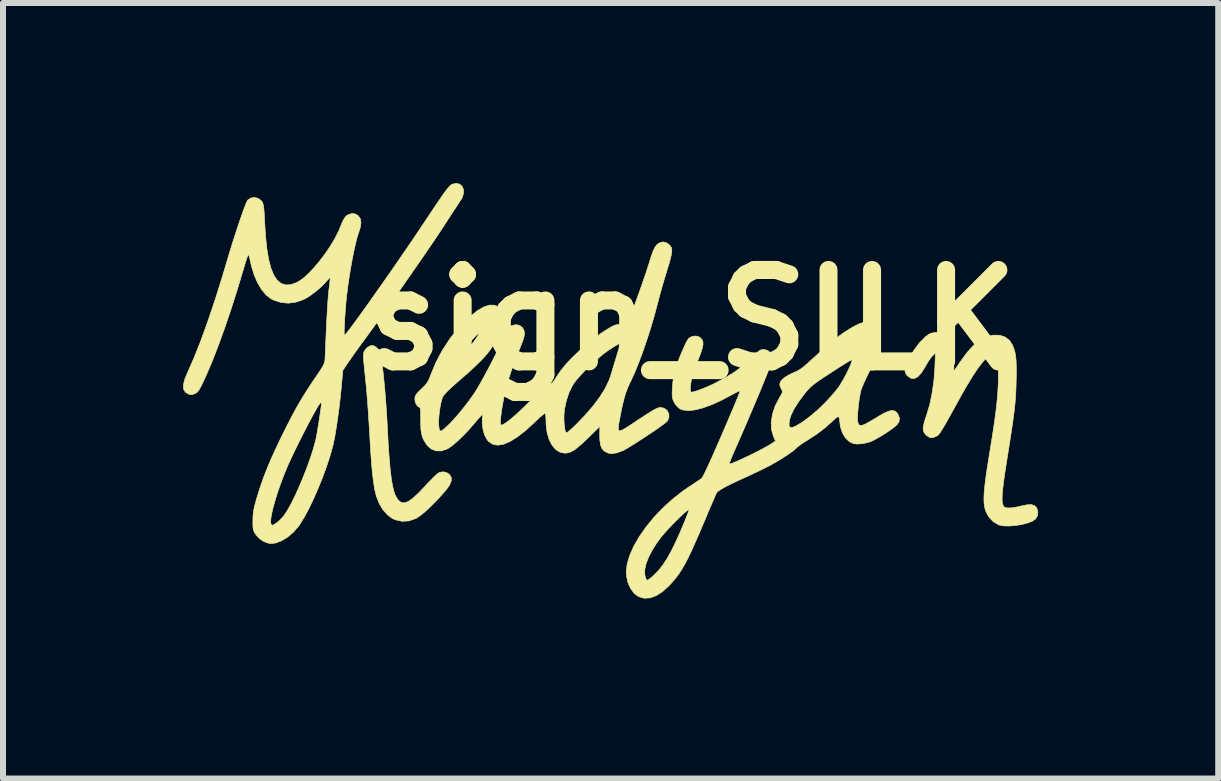
<source format=kicad_pcb>
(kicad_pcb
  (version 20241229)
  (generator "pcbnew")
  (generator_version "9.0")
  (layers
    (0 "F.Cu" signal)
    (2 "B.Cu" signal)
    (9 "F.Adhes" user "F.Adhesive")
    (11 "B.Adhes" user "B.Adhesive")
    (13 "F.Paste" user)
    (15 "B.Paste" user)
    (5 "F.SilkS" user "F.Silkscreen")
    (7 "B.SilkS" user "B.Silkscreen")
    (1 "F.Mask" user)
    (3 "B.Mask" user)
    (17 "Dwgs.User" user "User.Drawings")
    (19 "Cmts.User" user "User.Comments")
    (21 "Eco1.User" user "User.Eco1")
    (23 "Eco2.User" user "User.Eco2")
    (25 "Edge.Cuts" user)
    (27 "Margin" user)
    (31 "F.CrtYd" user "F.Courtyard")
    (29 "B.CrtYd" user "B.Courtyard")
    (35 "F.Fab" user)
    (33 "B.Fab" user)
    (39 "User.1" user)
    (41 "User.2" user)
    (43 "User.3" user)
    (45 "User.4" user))
  (footprint "sign_SILK"
    (layer "F.Cu")
    (at 8.469 2.283)
    (property "Reference" "sign_SILK" (at 0 0 0) (layer "F.SilkS") (effects (font (size 1.524 1.524) (thickness 0.3))))
    (attr through_hole)
    (fp_poly (pts (xy -5.281 0.434) (xy -5.243 0.46) (xy -5.231 0.47) (xy -5.207 0.494) (xy -5.19 0.52) (xy -5.178 0.555) (xy -5.168 0.607) (xy -5.157 0.684) (xy -5.156 0.695) (xy -5.13 0.917) (xy -5.106 1.164) (xy -5.086 1.427) (xy -5.069 1.697) (xy -5.063 1.812) (xy -5.05 2.062) (xy -5.035 2.28) (xy -5.019 2.466) (xy -5.001 2.622) (xy -4.981 2.747) (xy -4.959 2.844) (xy -4.935 2.913) (xy -4.932 2.921) (xy -4.895 2.985) (xy -4.855 3.027) (xy -4.811 3.046) (xy -4.76 3.042) (xy -4.7 3.014) (xy -4.629 2.96) (xy -4.543 2.881) (xy -4.441 2.774) (xy -4.403 2.732) (xy -4.341 2.667) (xy -4.284 2.609) (xy -4.235 2.566) (xy -4.202 2.542) (xy -4.198 2.539) (xy -4.129 2.528) (xy -4.064 2.548) (xy -4.028 2.576) (xy -3.999 2.623) (xy -4 2.681) (xy -4.029 2.751) (xy -4.088 2.833) (xy -4.109 2.858) (xy -4.216 2.977) (xy -4.319 3.083) (xy -4.414 3.174) (xy -4.499 3.245) (xy -4.568 3.294) (xy -4.589 3.306) (xy -4.705 3.347) (xy -4.82 3.353) (xy -4.935 3.327) (xy -4.981 3.306) (xy -5.063 3.246) (xy -5.138 3.16) (xy -5.202 3.053) (xy -5.249 2.932) (xy -5.273 2.835) (xy -5.294 2.706) (xy -5.314 2.545) (xy -5.331 2.354) (xy -5.346 2.134) (xy -5.35 2.066) (xy -5.362 1.848) (xy -5.374 1.659) (xy -5.385 1.493) (xy -5.396 1.344) (xy -5.407 1.207) (xy -5.419 1.077) (xy -5.432 0.949) (xy -5.438 0.89) (xy -5.45 0.778) (xy -5.458 0.693) (xy -5.463 0.632) (xy -5.463 0.588) (xy -5.461 0.557) (xy -5.454 0.533) (xy -5.446 0.513) (xy -5.404 0.46) (xy -5.344 0.428) (xy -5.308 0.423) (xy -5.281 0.434)) (stroke (width 0.01) (type solid)) (fill yes) (layer "F.SilkS"))
    (fp_poly (pts (xy 4.206 0.216) (xy 4.243 0.234) (xy 4.285 0.267) (xy 4.317 0.31) (xy 4.339 0.368) (xy 4.355 0.446) (xy 4.364 0.549) (xy 4.368 0.624) (xy 4.377 0.85) (xy 4.492 0.681) (xy 4.591 0.546) (xy 4.69 0.435) (xy 4.786 0.35) (xy 4.877 0.293) (xy 4.914 0.278) (xy 5.031 0.251) (xy 5.137 0.253) (xy 5.227 0.282) (xy 5.301 0.338) (xy 5.349 0.411) (xy 5.373 0.468) (xy 5.392 0.531) (xy 5.405 0.603) (xy 5.413 0.689) (xy 5.416 0.796) (xy 5.416 0.928) (xy 5.413 1.033) (xy 5.411 1.126) (xy 5.407 1.212) (xy 5.402 1.296) (xy 5.395 1.38) (xy 5.386 1.47) (xy 5.374 1.569) (xy 5.359 1.681) (xy 5.34 1.811) (xy 5.317 1.962) (xy 5.289 2.139) (xy 5.259 2.328) (xy 5.23 2.513) (xy 5.208 2.667) (xy 5.192 2.793) (xy 5.182 2.895) (xy 5.179 2.974) (xy 5.181 3.033) (xy 5.19 3.076) (xy 5.204 3.104) (xy 5.219 3.119) (xy 5.265 3.131) (xy 5.339 3.129) (xy 5.44 3.112) (xy 5.501 3.097) (xy 5.599 3.078) (xy 5.671 3.076) (xy 5.722 3.093) (xy 5.755 3.129) (xy 5.758 3.134) (xy 5.775 3.195) (xy 5.768 3.259) (xy 5.739 3.311) (xy 5.734 3.317) (xy 5.679 3.353) (xy 5.599 3.383) (xy 5.502 3.408) (xy 5.399 3.424) (xy 5.297 3.432) (xy 5.204 3.43) (xy 5.131 3.416) (xy 5.125 3.414) (xy 5.034 3.362) (xy 4.959 3.281) (xy 4.917 3.209) (xy 4.899 3.162) (xy 4.886 3.108) (xy 4.878 3.045) (xy 4.876 2.968) (xy 4.88 2.875) (xy 4.891 2.763) (xy 4.907 2.629) (xy 4.93 2.47) (xy 4.96 2.282) (xy 4.979 2.167) (xy 5.019 1.917) (xy 5.052 1.697) (xy 5.078 1.502) (xy 5.097 1.329) (xy 5.109 1.176) (xy 5.116 1.038) (xy 5.117 0.965) (xy 5.117 0.868) (xy 5.115 0.777) (xy 5.112 0.7) (xy 5.108 0.645) (xy 5.106 0.631) (xy 5.096 0.585) (xy 5.081 0.564) (xy 5.054 0.559) (xy 5.047 0.559) (xy 4.993 0.574) (xy 4.93 0.62) (xy 4.857 0.697) (xy 4.774 0.805) (xy 4.681 0.945) (xy 4.577 1.117) (xy 4.486 1.278) (xy 4.402 1.431) (xy 4.332 1.557) (xy 4.275 1.659) (xy 4.23 1.739) (xy 4.193 1.801) (xy 4.165 1.847) (xy 4.143 1.88) (xy 4.125 1.903) (xy 4.11 1.918) (xy 4.095 1.929) (xy 4.089 1.933) (xy 4.025 1.96) (xy 3.969 1.956) (xy 3.915 1.919) (xy 3.91 1.915) (xy 3.881 1.878) (xy 3.865 1.838) (xy 3.864 1.788) (xy 3.877 1.722) (xy 3.904 1.633) (xy 3.92 1.588) (xy 3.974 1.406) (xy 4.016 1.199) (xy 4.046 0.975) (xy 4.059 0.787) (xy 4.068 0.55) (xy 4.019 0.597) (xy 3.988 0.633) (xy 3.949 0.69) (xy 3.909 0.757) (xy 3.896 0.78) (xy 3.835 0.879) (xy 3.776 0.943) (xy 3.719 0.974) (xy 3.662 0.971) (xy 3.607 0.934) (xy 3.594 0.921) (xy 3.567 0.879) (xy 3.559 0.831) (xy 3.57 0.771) (xy 3.602 0.693) (xy 3.623 0.651) (xy 3.708 0.506) (xy 3.801 0.381) (xy 3.898 0.283) (xy 3.908 0.274) (xy 3.957 0.238) (xy 4.001 0.218) (xy 4.056 0.209) (xy 4.087 0.207) (xy 4.157 0.207) (xy 4.206 0.216)) (stroke (width 0.01) (type solid)) (fill yes) (layer "F.SilkS"))
    (fp_poly (pts (xy -3.861 -2.265) (xy -3.821 -2.23) (xy -3.797 -2.178) (xy -3.795 -2.114) (xy -3.815 -2.044) (xy -3.838 -2.005) (xy -3.861 -1.971) (xy -3.898 -1.914) (xy -3.947 -1.839) (xy -4.004 -1.752) (xy -4.065 -1.658) (xy -4.08 -1.634) (xy -4.157 -1.516) (xy -4.251 -1.375) (xy -4.359 -1.216) (xy -4.478 -1.042) (xy -4.605 -0.859) (xy -4.736 -0.67) (xy -4.868 -0.48) (xy -5 -0.294) (xy -5.126 -0.115) (xy -5.245 0.051) (xy -5.354 0.2) (xy -5.439 0.317) (xy -5.506 0.408) (xy -5.574 0.502) (xy -5.637 0.59) (xy -5.689 0.665) (xy -5.712 0.698) (xy -5.806 0.838) (xy -5.833 1.135) (xy -5.85 1.302) (xy -5.87 1.471) (xy -5.892 1.636) (xy -5.915 1.791) (xy -5.938 1.93) (xy -5.961 2.045) (xy -5.976 2.11) (xy -6.022 2.272) (xy -6.079 2.446) (xy -6.145 2.625) (xy -6.217 2.803) (xy -6.292 2.975) (xy -6.368 3.134) (xy -6.443 3.274) (xy -6.514 3.391) (xy -6.545 3.437) (xy -6.63 3.534) (xy -6.725 3.616) (xy -6.826 3.677) (xy -6.925 3.715) (xy -7.001 3.725) (xy -7.05 3.717) (xy -7.107 3.697) (xy -7.131 3.686) (xy -7.187 3.647) (xy -7.24 3.595) (xy -7.256 3.574) (xy -7.28 3.539) (xy -7.294 3.507) (xy -7.302 3.47) (xy -7.305 3.419) (xy -7.305 3.373) (xy -7.009 3.373) (xy -7.001 3.407) (xy -6.999 3.409) (xy -6.986 3.418) (xy -6.969 3.416) (xy -6.939 3.399) (xy -6.905 3.376) (xy -6.857 3.335) (xy -6.806 3.281) (xy -6.781 3.25) (xy -6.725 3.164) (xy -6.663 3.051) (xy -6.597 2.917) (xy -6.53 2.768) (xy -6.464 2.61) (xy -6.401 2.449) (xy -6.345 2.291) (xy -6.297 2.141) (xy -6.26 2.006) (xy -6.256 1.988) (xy -6.246 1.939) (xy -6.233 1.868) (xy -6.219 1.783) (xy -6.204 1.691) (xy -6.19 1.6) (xy -6.178 1.517) (xy -6.169 1.449) (xy -6.164 1.405) (xy -6.164 1.395) (xy -6.171 1.378) (xy -6.179 1.379) (xy -6.196 1.4) (xy -6.227 1.448) (xy -6.267 1.518) (xy -6.316 1.606) (xy -6.371 1.709) (xy -6.429 1.821) (xy -6.49 1.94) (xy -6.55 2.06) (xy -6.608 2.178) (xy -6.661 2.289) (xy -6.708 2.391) (xy -6.74 2.464) (xy -6.796 2.602) (xy -6.848 2.741) (xy -6.895 2.877) (xy -6.935 3.006) (xy -6.968 3.124) (xy -6.992 3.227) (xy -7.006 3.311) (xy -7.009 3.373) (xy -7.305 3.373) (xy -7.305 3.344) (xy -7.305 3.339) (xy -7.303 3.265) (xy -7.297 3.2) (xy -7.285 3.134) (xy -7.266 3.057) (xy -7.238 2.96) (xy -7.233 2.941) (xy -7.182 2.78) (xy -7.128 2.625) (xy -7.067 2.469) (xy -6.998 2.306) (xy -6.916 2.127) (xy -6.834 1.955) (xy -6.741 1.768) (xy -6.657 1.605) (xy -6.578 1.459) (xy -6.499 1.322) (xy -6.416 1.188) (xy -6.325 1.049) (xy -6.276 0.977) (xy -6.215 0.888) (xy -6.171 0.82) (xy -6.14 0.77) (xy -6.121 0.731) (xy -6.11 0.698) (xy -6.104 0.666) (xy -6.102 0.628) (xy -6.101 0.613) (xy -6.092 0.383) (xy -6.083 0.184) (xy -6.075 0.014) (xy -6.067 -0.13) (xy -6.06 -0.251) (xy -6.053 -0.351) (xy -6.046 -0.433) (xy -6.039 -0.5) (xy -6.037 -0.515) (xy -6.027 -0.591) (xy -6.021 -0.652) (xy -6.018 -0.693) (xy -6.018 -0.707) (xy -6.031 -0.698) (xy -6.059 -0.669) (xy -6.095 -0.628) (xy -6.163 -0.557) (xy -6.249 -0.483) (xy -6.34 -0.414) (xy -6.426 -0.36) (xy -6.438 -0.354) (xy -6.491 -0.331) (xy -6.559 -0.308) (xy -6.599 -0.296) (xy -6.718 -0.281) (xy -6.842 -0.294) (xy -6.963 -0.334) (xy -7.006 -0.356) (xy -7.086 -0.419) (xy -7.162 -0.511) (xy -7.23 -0.626) (xy -7.287 -0.761) (xy -7.332 -0.91) (xy -7.349 -0.988) (xy -7.361 -1.042) (xy -7.373 -1.079) (xy -7.383 -1.09) (xy -7.384 -1.089) (xy -7.392 -1.069) (xy -7.409 -1.022) (xy -7.431 -0.954) (xy -7.456 -0.87) (xy -7.476 -0.804) (xy -7.574 -0.477) (xy -7.675 -0.162) (xy -7.777 0.138) (xy -7.879 0.419) (xy -7.979 0.677) (xy -8.077 0.908) (xy -8.143 1.052) (xy -8.18 1.125) (xy -8.209 1.174) (xy -8.237 1.205) (xy -8.268 1.225) (xy -8.27 1.226) (xy -8.321 1.243) (xy -8.363 1.24) (xy -8.375 1.236) (xy -8.43 1.202) (xy -8.46 1.153) (xy -8.464 1.086) (xy -8.444 0.998) (xy -8.406 0.903) (xy -8.289 0.636) (xy -8.171 0.34) (xy -8.053 0.013) (xy -7.932 -0.346) (xy -7.809 -0.738) (xy -7.747 -0.948) (xy -7.7 -1.105) (xy -7.653 -1.26) (xy -7.605 -1.409) (xy -7.559 -1.55) (xy -7.516 -1.678) (xy -7.477 -1.79) (xy -7.443 -1.882) (xy -7.416 -1.95) (xy -7.396 -1.991) (xy -7.391 -1.999) (xy -7.338 -2.034) (xy -7.276 -2.043) (xy -7.214 -2.026) (xy -7.162 -1.985) (xy -7.151 -1.971) (xy -7.14 -1.947) (xy -7.13 -1.912) (xy -7.123 -1.863) (xy -7.117 -1.792) (xy -7.112 -1.695) (xy -7.109 -1.635) (xy -7.094 -1.394) (xy -7.072 -1.186) (xy -7.042 -1.009) (xy -7.004 -0.864) (xy -6.957 -0.749) (xy -6.901 -0.665) (xy -6.837 -0.611) (xy -6.763 -0.586) (xy -6.679 -0.589) (xy -6.585 -0.621) (xy -6.548 -0.64) (xy -6.469 -0.693) (xy -6.381 -0.773) (xy -6.287 -0.872) (xy -6.191 -0.986) (xy -6.098 -1.109) (xy -6.012 -1.236) (xy -5.937 -1.362) (xy -5.877 -1.481) (xy -5.858 -1.526) (xy -5.823 -1.613) (xy -5.794 -1.673) (xy -5.769 -1.713) (xy -5.744 -1.739) (xy -5.722 -1.753) (xy -5.653 -1.776) (xy -5.592 -1.766) (xy -5.548 -1.736) (xy -5.515 -1.688) (xy -5.504 -1.625) (xy -5.515 -1.543) (xy -5.544 -1.454) (xy -5.568 -1.379) (xy -5.594 -1.276) (xy -5.622 -1.151) (xy -5.65 -1.01) (xy -5.677 -0.86) (xy -5.702 -0.706) (xy -5.724 -0.554) (xy -5.742 -0.41) (xy -5.756 -0.28) (xy -5.756 -0.279) (xy -5.767 -0.134) (xy -5.776 -0.007) (xy -5.781 0.098) (xy -5.784 0.178) (xy -5.783 0.231) (xy -5.779 0.253) (xy -5.778 0.253) (xy -5.763 0.24) (xy -5.73 0.2) (xy -5.682 0.138) (xy -5.62 0.054) (xy -5.546 -0.047) (xy -5.461 -0.165) (xy -5.367 -0.296) (xy -5.267 -0.438) (xy -5.161 -0.589) (xy -5.051 -0.746) (xy -4.939 -0.906) (xy -4.828 -1.069) (xy -4.717 -1.229) (xy -4.61 -1.387) (xy -4.508 -1.539) (xy -4.412 -1.682) (xy -4.406 -1.691) (xy -4.312 -1.833) (xy -4.234 -1.949) (xy -4.17 -2.042) (xy -4.12 -2.115) (xy -4.079 -2.169) (xy -4.047 -2.209) (xy -4.022 -2.236) (xy -4.002 -2.253) (xy -3.984 -2.263) (xy -3.984 -2.263) (xy -3.917 -2.278) (xy -3.861 -2.265)) (stroke (width 0.01) (type solid)) (fill yes) (layer "F.SilkS"))
    (fp_poly (pts (xy -0.423 -1.293) (xy -0.374 -1.26) (xy -0.348 -1.234) (xy -0.331 -1.204) (xy -0.324 -1.166) (xy -0.328 -1.115) (xy -0.342 -1.046) (xy -0.366 -0.956) (xy -0.402 -0.838) (xy -0.407 -0.822) (xy -0.443 -0.704) (xy -0.483 -0.568) (xy -0.521 -0.432) (xy -0.553 -0.31) (xy -0.559 -0.287) (xy -0.613 -0.084) (xy -0.674 0.124) (xy -0.74 0.33) (xy -0.808 0.529) (xy -0.877 0.713) (xy -0.944 0.878) (xy -1.007 1.016) (xy -1.014 1.028) (xy -1.056 1.119) (xy -1.092 1.214) (xy -1.123 1.319) (xy -1.153 1.443) (xy -1.183 1.593) (xy -1.185 1.606) (xy -1.203 1.698) (xy -1.214 1.768) (xy -1.217 1.815) (xy -1.209 1.841) (xy -1.186 1.846) (xy -1.146 1.83) (xy -1.085 1.795) (xy -1.002 1.741) (xy -0.893 1.668) (xy -0.892 1.668) (xy -0.785 1.597) (xy -0.701 1.544) (xy -0.638 1.505) (xy -0.59 1.479) (xy -0.554 1.464) (xy -0.525 1.457) (xy -0.51 1.456) (xy -0.448 1.471) (xy -0.401 1.508) (xy -0.375 1.561) (xy -0.372 1.621) (xy -0.397 1.68) (xy -0.403 1.687) (xy -0.427 1.709) (xy -0.476 1.746) (xy -0.543 1.794) (xy -0.624 1.85) (xy -0.713 1.91) (xy -0.806 1.971) (xy -0.898 2.031) (xy -0.983 2.084) (xy -1.057 2.129) (xy -1.113 2.162) (xy -1.142 2.177) (xy -1.245 2.214) (xy -1.33 2.226) (xy -1.388 2.216) (xy -1.447 2.185) (xy -1.488 2.143) (xy -1.512 2.083) (xy -1.524 2.001) (xy -1.526 1.915) (xy -1.524 1.773) (xy -1.723 1.966) (xy -1.816 2.055) (xy -1.892 2.121) (xy -1.954 2.167) (xy -2.007 2.197) (xy -2.056 2.213) (xy -2.105 2.218) (xy -2.109 2.218) (xy -2.189 2.202) (xy -2.26 2.156) (xy -2.321 2.084) (xy -2.369 1.989) (xy -2.403 1.874) (xy -2.42 1.743) (xy -2.421 1.684) (xy -2.423 1.623) (xy -2.426 1.592) (xy -2.122 1.592) (xy -2.121 1.679) (xy -2.116 1.758) (xy -2.107 1.822) (xy -2.094 1.865) (xy -2.08 1.88) (xy -2.061 1.868) (xy -2.024 1.839) (xy -1.975 1.795) (xy -1.935 1.757) (xy -1.781 1.599) (xy -1.645 1.442) (xy -1.529 1.289) (xy -1.437 1.142) (xy -1.371 1.006) (xy -1.345 0.933) (xy -1.321 0.854) (xy -1.292 0.756) (xy -1.261 0.656) (xy -1.243 0.595) (xy -1.22 0.52) (xy -1.203 0.456) (xy -1.194 0.412) (xy -1.193 0.393) (xy -1.21 0.398) (xy -1.249 0.42) (xy -1.304 0.453) (xy -1.371 0.497) (xy -1.376 0.5) (xy -1.47 0.569) (xy -1.57 0.652) (xy -1.673 0.744) (xy -1.771 0.84) (xy -1.858 0.933) (xy -1.93 1.018) (xy -1.98 1.09) (xy -1.98 1.09) (xy -2.038 1.21) (xy -2.083 1.348) (xy -2.113 1.489) (xy -2.122 1.592) (xy -2.426 1.592) (xy -2.427 1.576) (xy -2.433 1.553) (xy -2.433 1.552) (xy -2.449 1.559) (xy -2.483 1.586) (xy -2.532 1.629) (xy -2.591 1.684) (xy -2.607 1.699) (xy -2.758 1.838) (xy -2.896 1.946) (xy -3.02 2.023) (xy -3.13 2.07) (xy -3.226 2.085) (xy -3.308 2.07) (xy -3.377 2.024) (xy -3.409 1.984) (xy -3.445 1.912) (xy -3.471 1.821) (xy -3.484 1.726) (xy -3.482 1.646) (xy -3.479 1.603) (xy -3.482 1.579) (xy -3.486 1.578) (xy -3.502 1.592) (xy -3.534 1.628) (xy -3.578 1.678) (xy -3.627 1.736) (xy -3.712 1.834) (xy -3.802 1.927) (xy -3.89 2.012) (xy -3.971 2.082) (xy -4.041 2.132) (xy -4.073 2.151) (xy -4.168 2.181) (xy -4.257 2.179) (xy -4.337 2.146) (xy -4.406 2.083) (xy -4.462 1.993) (xy -4.481 1.944) (xy -4.496 1.888) (xy -4.505 1.823) (xy -4.509 1.74) (xy -4.509 1.655) (xy -4.51 1.578) (xy -4.512 1.514) (xy -4.517 1.472) (xy -4.523 1.456) (xy -4.556 1.441) (xy -4.585 1.402) (xy -4.603 1.35) (xy -4.606 1.32) (xy -4.604 1.285) (xy -4.593 1.255) (xy -4.571 1.223) (xy -4.53 1.18) (xy -4.497 1.149) (xy -4.44 1.092) (xy -4.401 1.043) (xy -4.372 0.991) (xy -4.345 0.922) (xy -4.343 0.917) (xy -4.256 0.707) (xy -4.175 0.554) (xy -3.822 0.554) (xy -3.807 0.55) (xy -3.779 0.53) (xy -3.743 0.499) (xy -3.706 0.462) (xy -3.666 0.414) (xy -3.624 0.36) (xy -3.585 0.306) (xy -3.555 0.261) (xy -3.54 0.231) (xy -3.539 0.226) (xy -3.549 0.226) (xy -3.575 0.248) (xy -3.613 0.286) (xy -3.658 0.335) (xy -3.705 0.39) (xy -3.751 0.446) (xy -3.79 0.498) (xy -3.818 0.539) (xy -3.822 0.554) (xy -4.175 0.554) (xy -4.147 0.502) (xy -4.02 0.308) (xy -3.878 0.131) (xy -3.727 -0.024) (xy -3.57 -0.152) (xy -3.553 -0.164) (xy -3.452 -0.221) (xy -3.361 -0.249) (xy -3.281 -0.248) (xy -3.216 -0.221) (xy -3.168 -0.167) (xy -3.139 -0.088) (xy -3.133 -0.011) (xy -3.137 0.056) (xy -3.15 0.121) (xy -3.175 0.191) (xy -3.215 0.273) (xy -3.273 0.375) (xy -3.28 0.387) (xy -3.327 0.462) (xy -3.379 0.533) (xy -3.439 0.606) (xy -3.511 0.682) (xy -3.598 0.767) (xy -3.704 0.865) (xy -3.832 0.977) (xy -3.875 1.014) (xy -3.979 1.106) (xy -4.059 1.181) (xy -4.113 1.238) (xy -4.14 1.276) (xy -4.142 1.279) (xy -4.164 1.347) (xy -4.182 1.43) (xy -4.197 1.521) (xy -4.206 1.614) (xy -4.21 1.7) (xy -4.207 1.774) (xy -4.198 1.826) (xy -4.187 1.848) (xy -4.166 1.847) (xy -4.127 1.822) (xy -4.075 1.776) (xy -4.011 1.713) (xy -3.94 1.636) (xy -3.864 1.549) (xy -3.787 1.453) (xy -3.711 1.354) (xy -3.639 1.254) (xy -3.613 1.216) (xy -3.565 1.14) (xy -3.507 1.039) (xy -3.441 0.919) (xy -3.37 0.787) (xy -3.298 0.647) (xy -3.227 0.506) (xy -3.161 0.371) (xy -3.103 0.246) (xy -3.093 0.223) (xy -3.062 0.16) (xy -3.034 0.121) (xy -3.001 0.098) (xy -2.987 0.091) (xy -2.916 0.076) (xy -2.854 0.093) (xy -2.811 0.131) (xy -2.789 0.168) (xy -2.78 0.212) (xy -2.785 0.267) (xy -2.805 0.339) (xy -2.841 0.432) (xy -2.863 0.485) (xy -2.969 0.753) (xy -3.054 1.012) (xy -3.116 1.255) (xy -3.123 1.29) (xy -3.145 1.412) (xy -3.163 1.521) (xy -3.174 1.614) (xy -3.18 1.686) (xy -3.179 1.732) (xy -3.173 1.749) (xy -3.146 1.746) (xy -3.099 1.719) (xy -3.032 1.67) (xy -2.949 1.6) (xy -2.85 1.51) (xy -2.737 1.401) (xy -2.695 1.359) (xy -2.592 1.258) (xy -2.509 1.18) (xy -2.446 1.124) (xy -2.401 1.089) (xy -2.371 1.073) (xy -2.367 1.072) (xy -2.321 1.049) (xy -2.277 0.997) (xy -2.274 0.992) (xy -2.224 0.913) (xy -2.177 0.846) (xy -2.128 0.783) (xy -2.068 0.714) (xy -1.991 0.632) (xy -1.772 0.423) (xy -1.529 0.237) (xy -1.431 0.173) (xy -1.348 0.122) (xy -1.285 0.09) (xy -1.237 0.075) (xy -1.196 0.075) (xy -1.157 0.088) (xy -1.149 0.092) (xy -1.11 0.106) (xy -1.085 0.108) (xy -1.082 0.106) (xy -1.072 0.085) (xy -1.052 0.036) (xy -1.024 -0.035) (xy -0.99 -0.125) (xy -0.952 -0.228) (xy -0.912 -0.34) (xy -0.87 -0.456) (xy -0.829 -0.572) (xy -0.791 -0.683) (xy -0.756 -0.783) (xy -0.728 -0.87) (xy -0.706 -0.938) (xy -0.703 -0.948) (xy -0.668 -1.062) (xy -0.637 -1.147) (xy -0.608 -1.208) (xy -0.579 -1.25) (xy -0.548 -1.276) (xy -0.533 -1.284) (xy -0.474 -1.302) (xy -0.423 -1.293)) (stroke (width 0.01) (type solid)) (fill yes) (layer "F.SilkS"))
    (fp_poly (pts (xy 3.019 0.058) (xy 3.049 0.083) (xy 3.088 0.145) (xy 3.1 0.217) (xy 3.084 0.289) (xy 3.065 0.322) (xy 3.031 0.37) (xy 3.067 0.431) (xy 3.086 0.471) (xy 3.094 0.512) (xy 3.09 0.561) (xy 3.073 0.622) (xy 3.042 0.699) (xy 2.996 0.798) (xy 2.965 0.861) (xy 2.922 0.948) (xy 2.884 1.031) (xy 2.853 1.102) (xy 2.833 1.153) (xy 2.828 1.166) (xy 2.813 1.234) (xy 2.799 1.318) (xy 2.786 1.411) (xy 2.777 1.504) (xy 2.77 1.587) (xy 2.769 1.651) (xy 2.771 1.679) (xy 2.78 1.72) (xy 2.795 1.746) (xy 2.818 1.757) (xy 2.854 1.752) (xy 2.906 1.73) (xy 2.978 1.69) (xy 3.074 1.633) (xy 3.101 1.616) (xy 3.202 1.557) (xy 3.281 1.521) (xy 3.342 1.507) (xy 3.389 1.514) (xy 3.425 1.542) (xy 3.447 1.576) (xy 3.469 1.637) (xy 3.462 1.69) (xy 3.434 1.736) (xy 3.401 1.769) (xy 3.344 1.813) (xy 3.271 1.863) (xy 3.19 1.916) (xy 3.107 1.965) (xy 3.031 2.007) (xy 2.951 2.038) (xy 2.861 2.058) (xy 2.774 2.066) (xy 2.704 2.06) (xy 2.632 2.025) (xy 2.569 1.964) (xy 2.519 1.882) (xy 2.487 1.786) (xy 2.478 1.729) (xy 2.471 1.66) (xy 2.462 1.62) (xy 2.445 1.61) (xy 2.416 1.627) (xy 2.368 1.669) (xy 2.349 1.688) (xy 2.223 1.8) (xy 2.09 1.901) (xy 1.938 2) (xy 1.915 2.014) (xy 1.85 2.055) (xy 1.794 2.095) (xy 1.754 2.128) (xy 1.744 2.139) (xy 1.717 2.163) (xy 1.669 2.2) (xy 1.604 2.245) (xy 1.531 2.293) (xy 1.52 2.3) (xy 1.454 2.341) (xy 1.388 2.379) (xy 1.32 2.417) (xy 1.243 2.457) (xy 1.154 2.501) (xy 1.048 2.552) (xy 0.919 2.612) (xy 0.783 2.674) (xy 0.647 2.738) (xy 0.543 2.792) (xy 0.471 2.835) (xy 0.429 2.868) (xy 0.421 2.879) (xy 0.411 2.9) (xy 0.39 2.949) (xy 0.359 3.021) (xy 0.32 3.111) (xy 0.275 3.216) (xy 0.227 3.332) (xy 0.214 3.361) (xy 0.134 3.551) (xy 0.063 3.712) (xy 0.002 3.849) (xy -0.054 3.965) (xy -0.105 4.064) (xy -0.154 4.148) (xy -0.202 4.222) (xy -0.251 4.289) (xy -0.304 4.353) (xy -0.362 4.416) (xy -0.371 4.426) (xy -0.479 4.525) (xy -0.586 4.593) (xy -0.689 4.63) (xy -0.787 4.635) (xy -0.878 4.608) (xy -0.885 4.605) (xy -0.955 4.55) (xy -1.014 4.469) (xy -1.057 4.371) (xy -1.08 4.261) (xy -1.084 4.199) (xy -1.08 4.164) (xy -0.776 4.164) (xy -0.775 4.235) (xy -0.765 4.292) (xy -0.746 4.327) (xy -0.729 4.335) (xy -0.71 4.324) (xy -0.674 4.296) (xy -0.627 4.256) (xy -0.619 4.248) (xy -0.546 4.173) (xy -0.475 4.084) (xy -0.405 3.976) (xy -0.332 3.846) (xy -0.256 3.69) (xy -0.183 3.528) (xy -0.14 3.426) (xy -0.102 3.335) (xy -0.072 3.258) (xy -0.05 3.2) (xy -0.04 3.167) (xy -0.039 3.16) (xy -0.053 3.164) (xy -0.085 3.188) (xy -0.133 3.229) (xy -0.191 3.284) (xy -0.256 3.347) (xy -0.323 3.416) (xy -0.389 3.486) (xy -0.45 3.554) (xy -0.502 3.615) (xy -0.502 3.615) (xy -0.583 3.726) (xy -0.655 3.841) (xy -0.713 3.955) (xy -0.754 4.061) (xy -0.774 4.151) (xy -0.776 4.164) (xy -1.08 4.164) (xy -1.069 4.066) (xy -1.026 3.921) (xy -0.958 3.768) (xy -0.867 3.61) (xy -0.755 3.45) (xy -0.626 3.291) (xy -0.48 3.138) (xy -0.321 2.992) (xy -0.152 2.858) (xy -0.034 2.776) (xy 0.037 2.73) (xy 0.099 2.688) (xy 0.147 2.656) (xy 0.172 2.638) (xy 0.173 2.638) (xy 0.188 2.616) (xy 0.216 2.563) (xy 0.255 2.481) (xy 0.306 2.371) (xy 0.368 2.234) (xy 0.439 2.071) (xy 0.521 1.883) (xy 0.612 1.671) (xy 0.688 1.492) (xy 0.727 1.399) (xy 0.761 1.316) (xy 0.788 1.249) (xy 0.806 1.203) (xy 0.813 1.182) (xy 0.813 1.182) (xy 0.799 1.183) (xy 0.764 1.198) (xy 0.712 1.225) (xy 0.69 1.237) (xy 0.508 1.334) (xy 0.341 1.41) (xy 0.19 1.465) (xy 0.058 1.498) (xy -0.055 1.509) (xy -0.146 1.497) (xy -0.19 1.479) (xy -0.233 1.443) (xy -0.274 1.391) (xy -0.285 1.371) (xy -0.304 1.332) (xy -0.314 1.294) (xy -0.319 1.25) (xy -0.318 1.187) (xy -0.316 1.135) (xy -0.309 1.049) (xy -0.298 0.963) (xy -0.285 0.891) (xy -0.28 0.873) (xy -0.256 0.792) (xy -0.224 0.701) (xy -0.188 0.606) (xy -0.149 0.514) (xy -0.112 0.43) (xy -0.079 0.362) (xy -0.052 0.317) (xy -0.042 0.304) (xy 0.013 0.273) (xy 0.075 0.265) (xy 0.133 0.282) (xy 0.151 0.295) (xy 0.179 0.327) (xy 0.194 0.364) (xy 0.195 0.411) (xy 0.182 0.474) (xy 0.155 0.558) (xy 0.119 0.65) (xy 0.084 0.741) (xy 0.052 0.83) (xy 0.026 0.909) (xy 0.009 0.967) (xy 0.008 0.971) (xy -0.007 1.047) (xy -0.015 1.115) (xy -0.016 1.167) (xy -0.009 1.197) (xy -0.002 1.202) (xy 0.041 1.195) (xy 0.106 1.175) (xy 0.186 1.145) (xy 0.274 1.109) (xy 0.363 1.068) (xy 0.423 1.038) (xy 0.564 0.961) (xy 0.681 0.891) (xy 0.78 0.823) (xy 0.87 0.752) (xy 0.957 0.674) (xy 0.974 0.657) (xy 1.041 0.592) (xy 1.09 0.546) (xy 1.125 0.517) (xy 1.152 0.501) (xy 1.176 0.493) (xy 1.202 0.491) (xy 1.213 0.491) (xy 1.272 0.506) (xy 1.321 0.547) (xy 1.35 0.604) (xy 1.355 0.64) (xy 1.348 0.669) (xy 1.328 0.727) (xy 1.297 0.811) (xy 1.255 0.918) (xy 1.203 1.047) (xy 1.142 1.195) (xy 1.073 1.359) (xy 0.998 1.536) (xy 0.917 1.726) (xy 0.831 1.924) (xy 0.741 2.129) (xy 0.725 2.165) (xy 0.69 2.246) (xy 0.662 2.314) (xy 0.641 2.366) (xy 0.632 2.394) (xy 0.631 2.398) (xy 0.651 2.396) (xy 0.695 2.38) (xy 0.758 2.354) (xy 0.836 2.319) (xy 0.924 2.278) (xy 1.015 2.234) (xy 1.105 2.189) (xy 1.189 2.145) (xy 1.261 2.105) (xy 1.316 2.073) (xy 1.404 2.016) (xy 1.368 1.935) (xy 1.336 1.824) (xy 1.332 1.722) (xy 1.629 1.722) (xy 1.631 1.768) (xy 1.65 1.79) (xy 1.687 1.789) (xy 1.745 1.764) (xy 1.825 1.717) (xy 1.866 1.69) (xy 1.979 1.606) (xy 2.101 1.502) (xy 2.223 1.385) (xy 2.337 1.263) (xy 2.435 1.146) (xy 2.446 1.131) (xy 2.482 1.077) (xy 2.522 1.011) (xy 2.563 0.937) (xy 2.602 0.861) (xy 2.635 0.791) (xy 2.661 0.73) (xy 2.676 0.687) (xy 2.677 0.665) (xy 2.676 0.664) (xy 2.664 0.667) (xy 2.638 0.68) (xy 2.596 0.705) (xy 2.535 0.743) (xy 2.452 0.795) (xy 2.347 0.863) (xy 2.216 0.949) (xy 2.187 0.968) (xy 2.098 1.028) (xy 2.03 1.079) (xy 1.976 1.127) (xy 1.927 1.179) (xy 1.888 1.227) (xy 1.787 1.363) (xy 1.712 1.481) (xy 1.663 1.582) (xy 1.641 1.651) (xy 1.629 1.722) (xy 1.332 1.722) (xy 1.332 1.7) (xy 1.353 1.566) (xy 1.399 1.429) (xy 1.467 1.297) (xy 1.499 1.244) (xy 1.515 1.211) (xy 1.517 1.186) (xy 1.508 1.163) (xy 1.501 1.151) (xy 1.481 1.106) (xy 1.473 1.069) (xy 1.489 1.021) (xy 1.535 0.972) (xy 1.608 0.923) (xy 1.697 0.88) (xy 1.746 0.859) (xy 1.79 0.836) (xy 1.834 0.808) (xy 1.883 0.769) (xy 1.943 0.717) (xy 2.019 0.648) (xy 2.067 0.604) (xy 2.207 0.476) (xy 2.331 0.369) (xy 2.443 0.28) (xy 2.549 0.204) (xy 2.654 0.138) (xy 2.7 0.111) (xy 2.803 0.06) (xy 2.889 0.034) (xy 2.96 0.033) (xy 3.019 0.058)) (stroke (width 0.01) (type solid)) (fill yes) (layer "F.SilkS")))
  (gr_rect
    (start -3 -3)
    (end 17.249 9.923)
    (stroke (width 0.1) (type default))
    (fill no)
    (layer "Edge.Cuts")))
</source>
